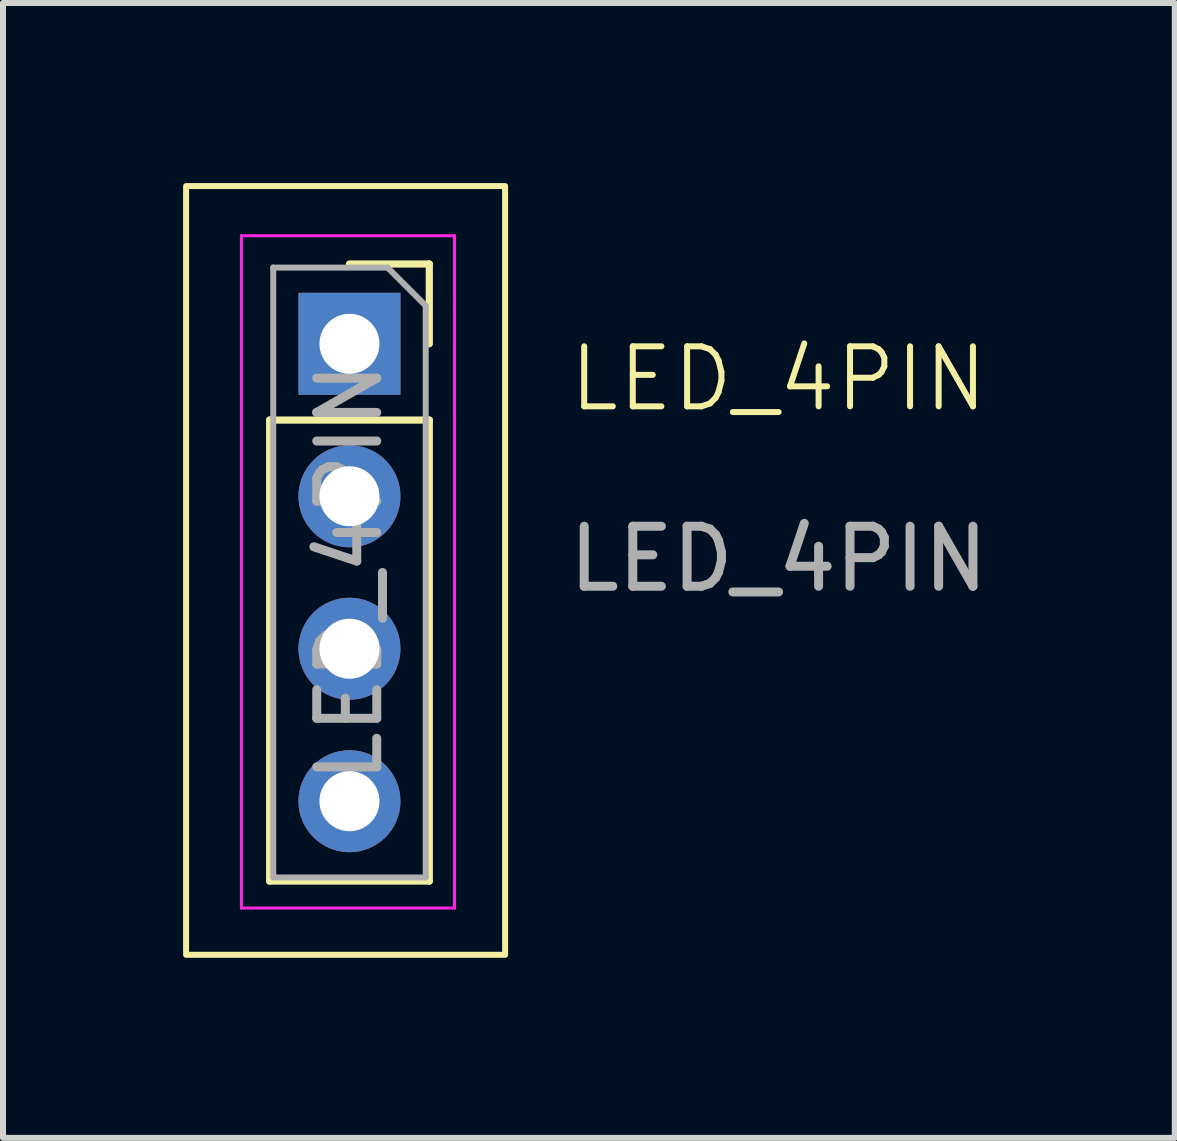
<source format=kicad_pcb>
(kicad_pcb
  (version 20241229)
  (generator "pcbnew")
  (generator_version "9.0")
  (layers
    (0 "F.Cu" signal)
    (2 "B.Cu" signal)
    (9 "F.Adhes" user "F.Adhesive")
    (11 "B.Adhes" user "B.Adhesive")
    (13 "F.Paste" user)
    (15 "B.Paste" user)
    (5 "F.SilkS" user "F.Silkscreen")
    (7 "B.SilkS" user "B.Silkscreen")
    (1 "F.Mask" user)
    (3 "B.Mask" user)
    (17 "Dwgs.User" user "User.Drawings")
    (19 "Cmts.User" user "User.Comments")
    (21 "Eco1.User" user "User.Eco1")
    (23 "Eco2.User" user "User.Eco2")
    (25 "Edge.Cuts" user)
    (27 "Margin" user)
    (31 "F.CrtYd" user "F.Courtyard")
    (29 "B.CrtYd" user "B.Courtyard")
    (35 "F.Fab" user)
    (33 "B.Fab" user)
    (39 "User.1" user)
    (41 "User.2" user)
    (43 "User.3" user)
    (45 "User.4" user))
  (footprint "LED_4PIN"
    (layer "F.Cu")
    (at 9.921 3.762)
    (property "Reference" "LED_4PIN" (at 0 -0.5 0) (unlocked yes) (layer "F.SilkS") (effects (font (size 1 1) (thickness 0.1))))
    (attr through_hole)
    (fp_line (start -8.479 0.186) (end -8.479 7.866) (stroke (width 0.12) (type solid)) (layer "F.SilkS"))
    (fp_line (start -8.479 0.186) (end -5.819 0.186) (stroke (width 0.12) (type solid)) (layer "F.SilkS"))
    (fp_line (start -8.479 7.866) (end -5.819 7.866) (stroke (width 0.12) (type solid)) (layer "F.SilkS"))
    (fp_line (start -7.149 -2.414) (end -5.819 -2.414) (stroke (width 0.12) (type solid)) (layer "F.SilkS"))
    (fp_line (start -5.819 -2.414) (end -5.819 -1.084) (stroke (width 0.12) (type solid)) (layer "F.SilkS"))
    (fp_line (start -5.819 0.186) (end -5.819 7.866) (stroke (width 0.12) (type solid)) (layer "F.SilkS"))
    (fp_rect (start -9.871 -3.712) (end -4.556 9.095) (stroke (width 0.1) (type default)) (fill no) (layer "F.SilkS"))
    (fp_line (start -8.949 -2.884) (end -5.399 -2.884) (stroke (width 0.05) (type solid)) (layer "F.CrtYd"))
    (fp_line (start -8.949 8.316) (end -8.949 -2.884) (stroke (width 0.05) (type solid)) (layer "F.CrtYd"))
    (fp_line (start -5.399 -2.884) (end -5.399 8.316) (stroke (width 0.05) (type solid)) (layer "F.CrtYd"))
    (fp_line (start -5.399 8.316) (end -8.949 8.316) (stroke (width 0.05) (type solid)) (layer "F.CrtYd"))
    (fp_line (start -8.419 -2.354) (end -6.514 -2.354) (stroke (width 0.1) (type solid)) (layer "F.Fab"))
    (fp_line (start -8.419 7.806) (end -8.419 -2.354) (stroke (width 0.1) (type solid)) (layer "F.Fab"))
    (fp_line (start -6.514 -2.354) (end -5.879 -1.719) (stroke (width 0.1) (type solid)) (layer "F.Fab"))
    (fp_line (start -5.879 -1.719) (end -5.879 7.806) (stroke (width 0.1) (type solid)) (layer "F.Fab"))
    (fp_line (start -5.879 7.806) (end -8.419 7.806) (stroke (width 0.1) (type solid)) (layer "F.Fab"))
    (fp_text user "${REFERENCE}" (at 0 2.5 0) (unlocked yes) (layer "F.Fab") (effects (font (size 1 1) (thickness 0.15))))
    (fp_text user "${REFERENCE}" (at -7.149 2.726 90) (layer "F.Fab") (effects (font (size 1 1) (thickness 0.15))))
    (pad "1" thru_hole rect (at -7.149 -1.084) (size 1.7 1.7) (drill 1) (layers "*.Cu" "*.Mask"))
    (pad "2" thru_hole oval (at -7.149 1.456) (size 1.7 1.7) (drill 1) (layers "*.Cu" "*.Mask"))
    (pad "3" thru_hole oval (at -7.149 3.996) (size 1.7 1.7) (drill 1) (layers "*.Cu" "*.Mask"))
    (pad "4" thru_hole oval (at -7.149 6.536) (size 1.7 1.7) (drill 1) (layers "*.Cu" "*.Mask")))
  (gr_rect
    (start -3 -3)
    (end 16.522 15.907)
    (stroke (width 0.1) (type default))
    (fill no)
    (layer "Edge.Cuts")))
</source>
